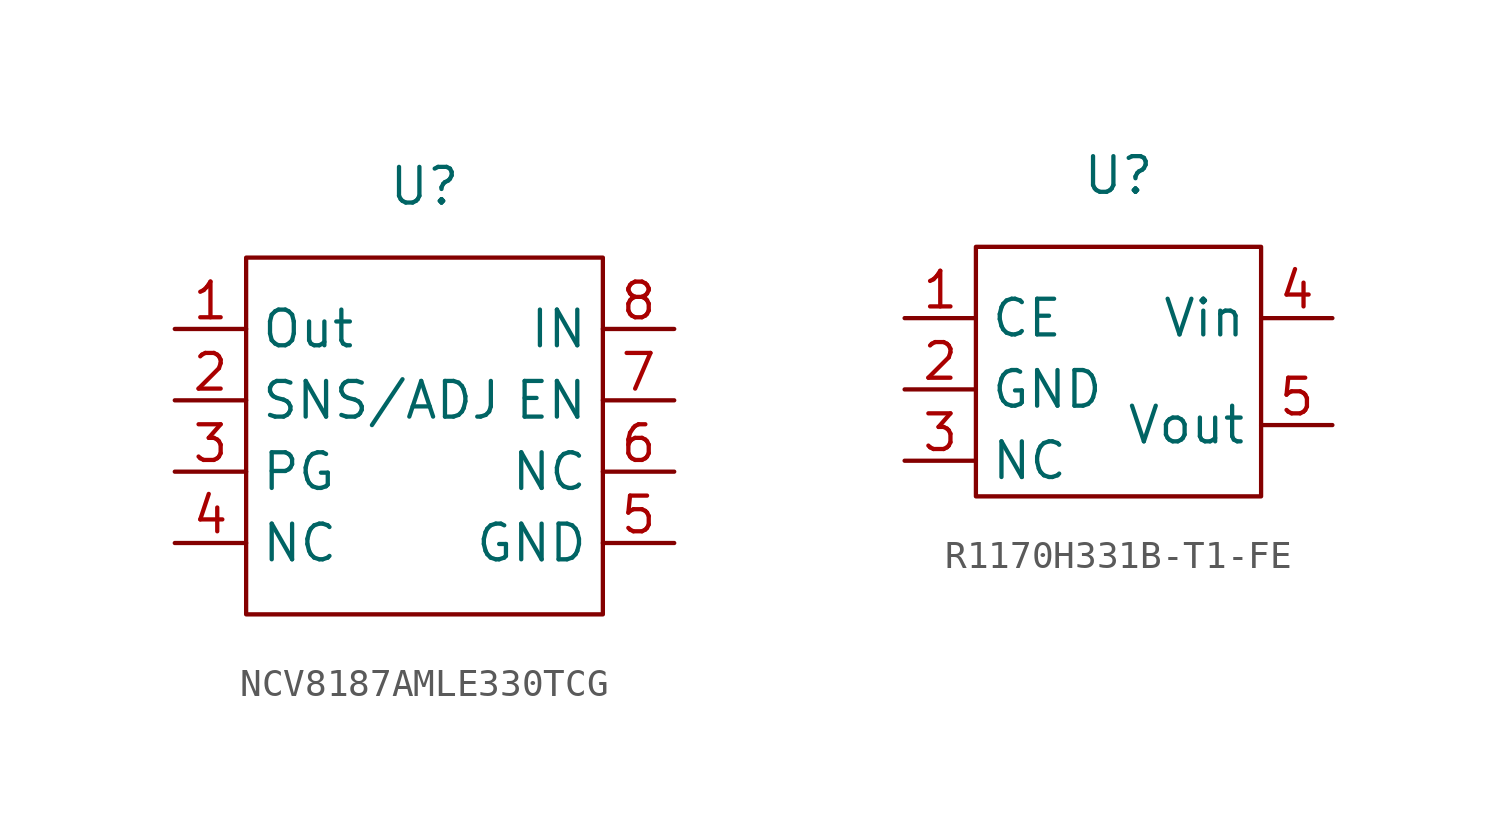
<source format=kicad_sym>
(kicad_symbol_lib
  (version 20220914)
  (generator kicad_symbol_editor)
  (symbol "NCV8187AMLE330TCG"
    (property "Reference" "U"
      (at 0 8.89 0)
      (effects (font (size 1.27 1.27))))
    (property "Value" ""
      (at -3.81 2.54 0)
      (effects (font (size 1.27 1.27))))
    (symbol "NCV8187AMLE330TCG_0_1"
      (rectangle (start -6.35 6.35) (end 6.35 -6.35) (stroke (width 0) (type default)) (fill (type none))))
    (symbol "NCV8187AMLE330TCG_1_1"
      (pin input line (at -8.89 3.81 0) (length 2.54) (name "Out" (effects (font (size 1.27 1.27)))) (number "1" (effects (font (size 1.27 1.27)))))
      (pin input line (at -8.89 1.27 0) (length 2.54) (name "SNS/ADJ" (effects (font (size 1.27 1.27)))) (number "2" (effects (font (size 1.27 1.27)))))
      (pin input line (at -8.89 -1.27 0) (length 2.54) (name "PG" (effects (font (size 1.27 1.27)))) (number "3" (effects (font (size 1.27 1.27)))))
      (pin input line (at -8.89 -3.81 0) (length 2.54) (name "NC" (effects (font (size 1.27 1.27)))) (number "4" (effects (font (size 1.27 1.27)))))
      (pin passive line (at 8.89 -3.81 180) (length 2.54) (name "GND" (effects (font (size 1.27 1.27)))) (number "5" (effects (font (size 1.27 1.27)))))
      (pin passive line (at 8.89 -1.27 180) (length 2.54) (name "NC" (effects (font (size 1.27 1.27)))) (number "6" (effects (font (size 1.27 1.27)))))
      (pin input line (at 8.89 1.27 180) (length 2.54) (name "EN" (effects (font (size 1.27 1.27)))) (number "7" (effects (font (size 1.27 1.27)))))
      (pin input line (at 8.89 3.81 180) (length 2.54) (name "IN" (effects (font (size 1.27 1.27)))) (number "8" (effects (font (size 1.27 1.27)))))))
  (symbol "R1170H331B-T1-FE"
    (property "Reference" "U"
      (at 0 7.62 0)
      (effects (font (size 1.27 1.27))))
    (property "Value" ""
      (at -3.81 2.54 0)
      (effects (font (size 1.27 1.27))))
    (symbol "R1170H331B-T1-FE_0_1"
      (rectangle (start -5.08 5.08) (end 5.08 -3.81) (stroke (width 0) (type default)) (fill (type none))))
    (symbol "R1170H331B-T1-FE_1_1"
      (pin input line (at -7.62 2.54 0) (length 2.54) (name "CE" (effects (font (size 1.27 1.27)))) (number "1" (effects (font (size 1.27 1.27)))))
      (pin input line (at -7.62 0 0) (length 2.54) (name "GND" (effects (font (size 1.27 1.27)))) (number "2" (effects (font (size 1.27 1.27)))))
      (pin input line (at -7.62 -2.54 0) (length 2.54) (name "NC" (effects (font (size 1.27 1.27)))) (number "3" (effects (font (size 1.27 1.27)))))
      (pin input line (at 7.62 2.54 180) (length 2.54) (name "Vin" (effects (font (size 1.27 1.27)))) (number "4" (effects (font (size 1.27 1.27)))))
      (pin input line (at 7.62 -1.27 180) (length 2.54) (name "Vout" (effects (font (size 1.27 1.27)))) (number "5" (effects (font (size 1.27 1.27))))))))
</source>
